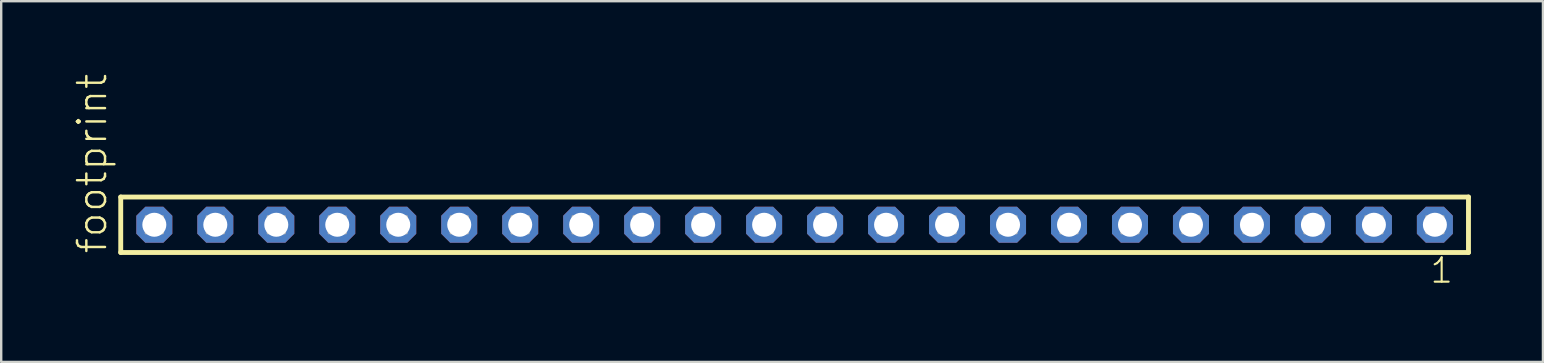
<source format=kicad_pcb>
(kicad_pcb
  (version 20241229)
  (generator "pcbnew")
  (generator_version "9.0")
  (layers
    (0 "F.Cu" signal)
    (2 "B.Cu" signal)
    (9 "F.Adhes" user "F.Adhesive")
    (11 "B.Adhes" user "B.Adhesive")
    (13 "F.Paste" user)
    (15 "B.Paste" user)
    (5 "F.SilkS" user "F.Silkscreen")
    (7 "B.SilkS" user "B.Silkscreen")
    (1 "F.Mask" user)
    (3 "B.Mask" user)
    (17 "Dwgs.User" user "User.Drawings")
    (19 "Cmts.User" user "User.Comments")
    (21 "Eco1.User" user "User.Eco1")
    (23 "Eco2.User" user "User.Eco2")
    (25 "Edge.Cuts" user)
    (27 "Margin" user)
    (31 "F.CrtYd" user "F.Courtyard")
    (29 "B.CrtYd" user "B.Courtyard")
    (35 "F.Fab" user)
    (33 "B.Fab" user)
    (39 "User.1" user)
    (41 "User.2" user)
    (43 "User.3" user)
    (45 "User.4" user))
  (footprint "footprint"
    (layer "F.Cu")
    (at 30.048 6.312)
    (property "Reference" "footprint" (at -28.575 1.27 90) (layer "F.SilkS") (effects (font (size 1.168 1.168) (thickness 0.102)) (justify left bottom)))
    (fp_line (start -28.069 -1.155) (end 28.069 -1.155) (stroke (width 0.203) (type solid)) (layer "F.SilkS"))
    (fp_line (start -28.069 1.155) (end -28.069 -1.155) (stroke (width 0.203) (type solid)) (layer "F.SilkS"))
    (fp_line (start 28.069 -1.155) (end 28.069 1.155) (stroke (width 0.203) (type solid)) (layer "F.SilkS"))
    (fp_line (start 28.069 1.155) (end -28.069 1.155) (stroke (width 0.203) (type solid)) (layer "F.SilkS"))
    (fp_poly (pts (xy -27.02 0.35) (xy -26.32 0.35) (xy -26.32 -0.35) (xy -27.02 -0.35)) (stroke (width 0.1) (type solid)) (fill no) (layer "F.Fab"))
    (fp_poly (pts (xy -24.48 0.35) (xy -23.78 0.35) (xy -23.78 -0.35) (xy -24.48 -0.35)) (stroke (width 0.1) (type solid)) (fill no) (layer "F.Fab"))
    (fp_poly (pts (xy -21.94 0.35) (xy -21.24 0.35) (xy -21.24 -0.35) (xy -21.94 -0.35)) (stroke (width 0.1) (type solid)) (fill no) (layer "F.Fab"))
    (fp_poly (pts (xy -19.4 0.35) (xy -18.7 0.35) (xy -18.7 -0.35) (xy -19.4 -0.35)) (stroke (width 0.1) (type solid)) (fill no) (layer "F.Fab"))
    (fp_poly (pts (xy -16.86 0.35) (xy -16.16 0.35) (xy -16.16 -0.35) (xy -16.86 -0.35)) (stroke (width 0.1) (type solid)) (fill no) (layer "F.Fab"))
    (fp_poly (pts (xy -14.32 0.35) (xy -13.62 0.35) (xy -13.62 -0.35) (xy -14.32 -0.35)) (stroke (width 0.1) (type solid)) (fill no) (layer "F.Fab"))
    (fp_poly (pts (xy -11.78 0.35) (xy -11.08 0.35) (xy -11.08 -0.35) (xy -11.78 -0.35)) (stroke (width 0.1) (type solid)) (fill no) (layer "F.Fab"))
    (fp_poly (pts (xy -9.24 0.35) (xy -8.54 0.35) (xy -8.54 -0.35) (xy -9.24 -0.35)) (stroke (width 0.1) (type solid)) (fill no) (layer "F.Fab"))
    (fp_poly (pts (xy -6.7 0.35) (xy -6 0.35) (xy -6 -0.35) (xy -6.7 -0.35)) (stroke (width 0.1) (type solid)) (fill no) (layer "F.Fab"))
    (fp_poly (pts (xy -4.16 0.35) (xy -3.46 0.35) (xy -3.46 -0.35) (xy -4.16 -0.35)) (stroke (width 0.1) (type solid)) (fill no) (layer "F.Fab"))
    (fp_poly (pts (xy -1.62 0.35) (xy -0.92 0.35) (xy -0.92 -0.35) (xy -1.62 -0.35)) (stroke (width 0.1) (type solid)) (fill no) (layer "F.Fab"))
    (fp_poly (pts (xy 0.92 0.35) (xy 1.62 0.35) (xy 1.62 -0.35) (xy 0.92 -0.35)) (stroke (width 0.1) (type solid)) (fill no) (layer "F.Fab"))
    (fp_poly (pts (xy 3.46 0.35) (xy 4.16 0.35) (xy 4.16 -0.35) (xy 3.46 -0.35)) (stroke (width 0.1) (type solid)) (fill no) (layer "F.Fab"))
    (fp_poly (pts (xy 6 0.35) (xy 6.7 0.35) (xy 6.7 -0.35) (xy 6 -0.35)) (stroke (width 0.1) (type solid)) (fill no) (layer "F.Fab"))
    (fp_poly (pts (xy 8.54 0.35) (xy 9.24 0.35) (xy 9.24 -0.35) (xy 8.54 -0.35)) (stroke (width 0.1) (type solid)) (fill no) (layer "F.Fab"))
    (fp_poly (pts (xy 11.08 0.35) (xy 11.78 0.35) (xy 11.78 -0.35) (xy 11.08 -0.35)) (stroke (width 0.1) (type solid)) (fill no) (layer "F.Fab"))
    (fp_poly (pts (xy 13.62 0.35) (xy 14.32 0.35) (xy 14.32 -0.35) (xy 13.62 -0.35)) (stroke (width 0.1) (type solid)) (fill no) (layer "F.Fab"))
    (fp_poly (pts (xy 16.16 0.35) (xy 16.86 0.35) (xy 16.86 -0.35) (xy 16.16 -0.35)) (stroke (width 0.1) (type solid)) (fill no) (layer "F.Fab"))
    (fp_poly (pts (xy 18.7 0.35) (xy 19.4 0.35) (xy 19.4 -0.35) (xy 18.7 -0.35)) (stroke (width 0.1) (type solid)) (fill no) (layer "F.Fab"))
    (fp_poly (pts (xy 21.24 0.35) (xy 21.94 0.35) (xy 21.94 -0.35) (xy 21.24 -0.35)) (stroke (width 0.1) (type solid)) (fill no) (layer "F.Fab"))
    (fp_poly (pts (xy 23.78 0.35) (xy 24.48 0.35) (xy 24.48 -0.35) (xy 23.78 -0.35)) (stroke (width 0.1) (type solid)) (fill no) (layer "F.Fab"))
    (fp_poly (pts (xy 26.32 0.35) (xy 27.02 0.35) (xy 27.02 -0.35) (xy 26.32 -0.35)) (stroke (width 0.1) (type solid)) (fill no) (layer "F.Fab"))
    (fp_text user "1" (at 26.412 2.498 0) (layer "F.SilkS") (effects (font (size 1.012 1.012) (thickness 0.088)) (justify left bottom)))
    (pad "1" thru_hole roundrect (at 26.67 0 180) (size 1.5 1.5) (drill 1) (layers "*.Cu" "*.Mask") (roundrect_rratio 0.25) (chamfer_ratio 0.25) (chamfer top_left top_right bottom_left bottom_right))
    (pad "2" thru_hole roundrect (at 24.13 0 180) (size 1.5 1.5) (drill 1) (layers "*.Cu" "*.Mask") (roundrect_rratio 0.25) (chamfer_ratio 0.25) (chamfer top_left top_right bottom_left bottom_right))
    (pad "3" thru_hole roundrect (at 21.59 0 180) (size 1.5 1.5) (drill 1) (layers "*.Cu" "*.Mask") (roundrect_rratio 0.25) (chamfer_ratio 0.25) (chamfer top_left top_right bottom_left bottom_right))
    (pad "4" thru_hole roundrect (at 19.05 0 180) (size 1.5 1.5) (drill 1) (layers "*.Cu" "*.Mask") (roundrect_rratio 0.25) (chamfer_ratio 0.25) (chamfer top_left top_right bottom_left bottom_right))
    (pad "5" thru_hole roundrect (at 16.51 0 180) (size 1.5 1.5) (drill 1) (layers "*.Cu" "*.Mask") (roundrect_rratio 0.25) (chamfer_ratio 0.25) (chamfer top_left top_right bottom_left bottom_right))
    (pad "6" thru_hole roundrect (at 13.97 0 180) (size 1.5 1.5) (drill 1) (layers "*.Cu" "*.Mask") (roundrect_rratio 0.25) (chamfer_ratio 0.25) (chamfer top_left top_right bottom_left bottom_right))
    (pad "7" thru_hole roundrect (at 11.43 0 180) (size 1.5 1.5) (drill 1) (layers "*.Cu" "*.Mask") (roundrect_rratio 0.25) (chamfer_ratio 0.25) (chamfer top_left top_right bottom_left bottom_right))
    (pad "8" thru_hole roundrect (at 8.89 0 180) (size 1.5 1.5) (drill 1) (layers "*.Cu" "*.Mask") (roundrect_rratio 0.25) (chamfer_ratio 0.25) (chamfer top_left top_right bottom_left bottom_right))
    (pad "9" thru_hole roundrect (at 6.35 0 180) (size 1.5 1.5) (drill 1) (layers "*.Cu" "*.Mask") (roundrect_rratio 0.25) (chamfer_ratio 0.25) (chamfer top_left top_right bottom_left bottom_right))
    (pad "10" thru_hole roundrect (at 3.81 0 180) (size 1.5 1.5) (drill 1) (layers "*.Cu" "*.Mask") (roundrect_rratio 0.25) (chamfer_ratio 0.25) (chamfer top_left top_right bottom_left bottom_right))
    (pad "11" thru_hole roundrect (at 1.27 0 180) (size 1.5 1.5) (drill 1) (layers "*.Cu" "*.Mask") (roundrect_rratio 0.25) (chamfer_ratio 0.25) (chamfer top_left top_right bottom_left bottom_right))
    (pad "12" thru_hole roundrect (at -1.27 0 180) (size 1.5 1.5) (drill 1) (layers "*.Cu" "*.Mask") (roundrect_rratio 0.25) (chamfer_ratio 0.25) (chamfer top_left top_right bottom_left bottom_right))
    (pad "13" thru_hole roundrect (at -3.81 0 180) (size 1.5 1.5) (drill 1) (layers "*.Cu" "*.Mask") (roundrect_rratio 0.25) (chamfer_ratio 0.25) (chamfer top_left top_right bottom_left bottom_right))
    (pad "14" thru_hole roundrect (at -6.35 0 180) (size 1.5 1.5) (drill 1) (layers "*.Cu" "*.Mask") (roundrect_rratio 0.25) (chamfer_ratio 0.25) (chamfer top_left top_right bottom_left bottom_right))
    (pad "15" thru_hole roundrect (at -8.89 0 180) (size 1.5 1.5) (drill 1) (layers "*.Cu" "*.Mask") (roundrect_rratio 0.25) (chamfer_ratio 0.25) (chamfer top_left top_right bottom_left bottom_right))
    (pad "16" thru_hole roundrect (at -11.43 0 180) (size 1.5 1.5) (drill 1) (layers "*.Cu" "*.Mask") (roundrect_rratio 0.25) (chamfer_ratio 0.25) (chamfer top_left top_right bottom_left bottom_right))
    (pad "17" thru_hole roundrect (at -13.97 0 180) (size 1.5 1.5) (drill 1) (layers "*.Cu" "*.Mask") (roundrect_rratio 0.25) (chamfer_ratio 0.25) (chamfer top_left top_right bottom_left bottom_right))
    (pad "18" thru_hole roundrect (at -16.51 0 180) (size 1.5 1.5) (drill 1) (layers "*.Cu" "*.Mask") (roundrect_rratio 0.25) (chamfer_ratio 0.25) (chamfer top_left top_right bottom_left bottom_right))
    (pad "19" thru_hole roundrect (at -19.05 0 180) (size 1.5 1.5) (drill 1) (layers "*.Cu" "*.Mask") (roundrect_rratio 0.25) (chamfer_ratio 0.25) (chamfer top_left top_right bottom_left bottom_right))
    (pad "20" thru_hole roundrect (at -21.59 0 180) (size 1.5 1.5) (drill 1) (layers "*.Cu" "*.Mask") (roundrect_rratio 0.25) (chamfer_ratio 0.25) (chamfer top_left top_right bottom_left bottom_right))
    (pad "21" thru_hole roundrect (at -24.13 0 180) (size 1.5 1.5) (drill 1) (layers "*.Cu" "*.Mask") (roundrect_rratio 0.25) (chamfer_ratio 0.25) (chamfer top_left top_right bottom_left bottom_right))
    (pad "22" thru_hole roundrect (at -26.67 0 180) (size 1.5 1.5) (drill 1) (layers "*.Cu" "*.Mask") (roundrect_rratio 0.25) (chamfer_ratio 0.25) (chamfer top_left top_right bottom_left bottom_right)))
  (gr_rect
    (start -3 -3)
    (end 61.219 12.027)
    (stroke (width 0.1) (type default))
    (fill no)
    (layer "Edge.Cuts")))
</source>
